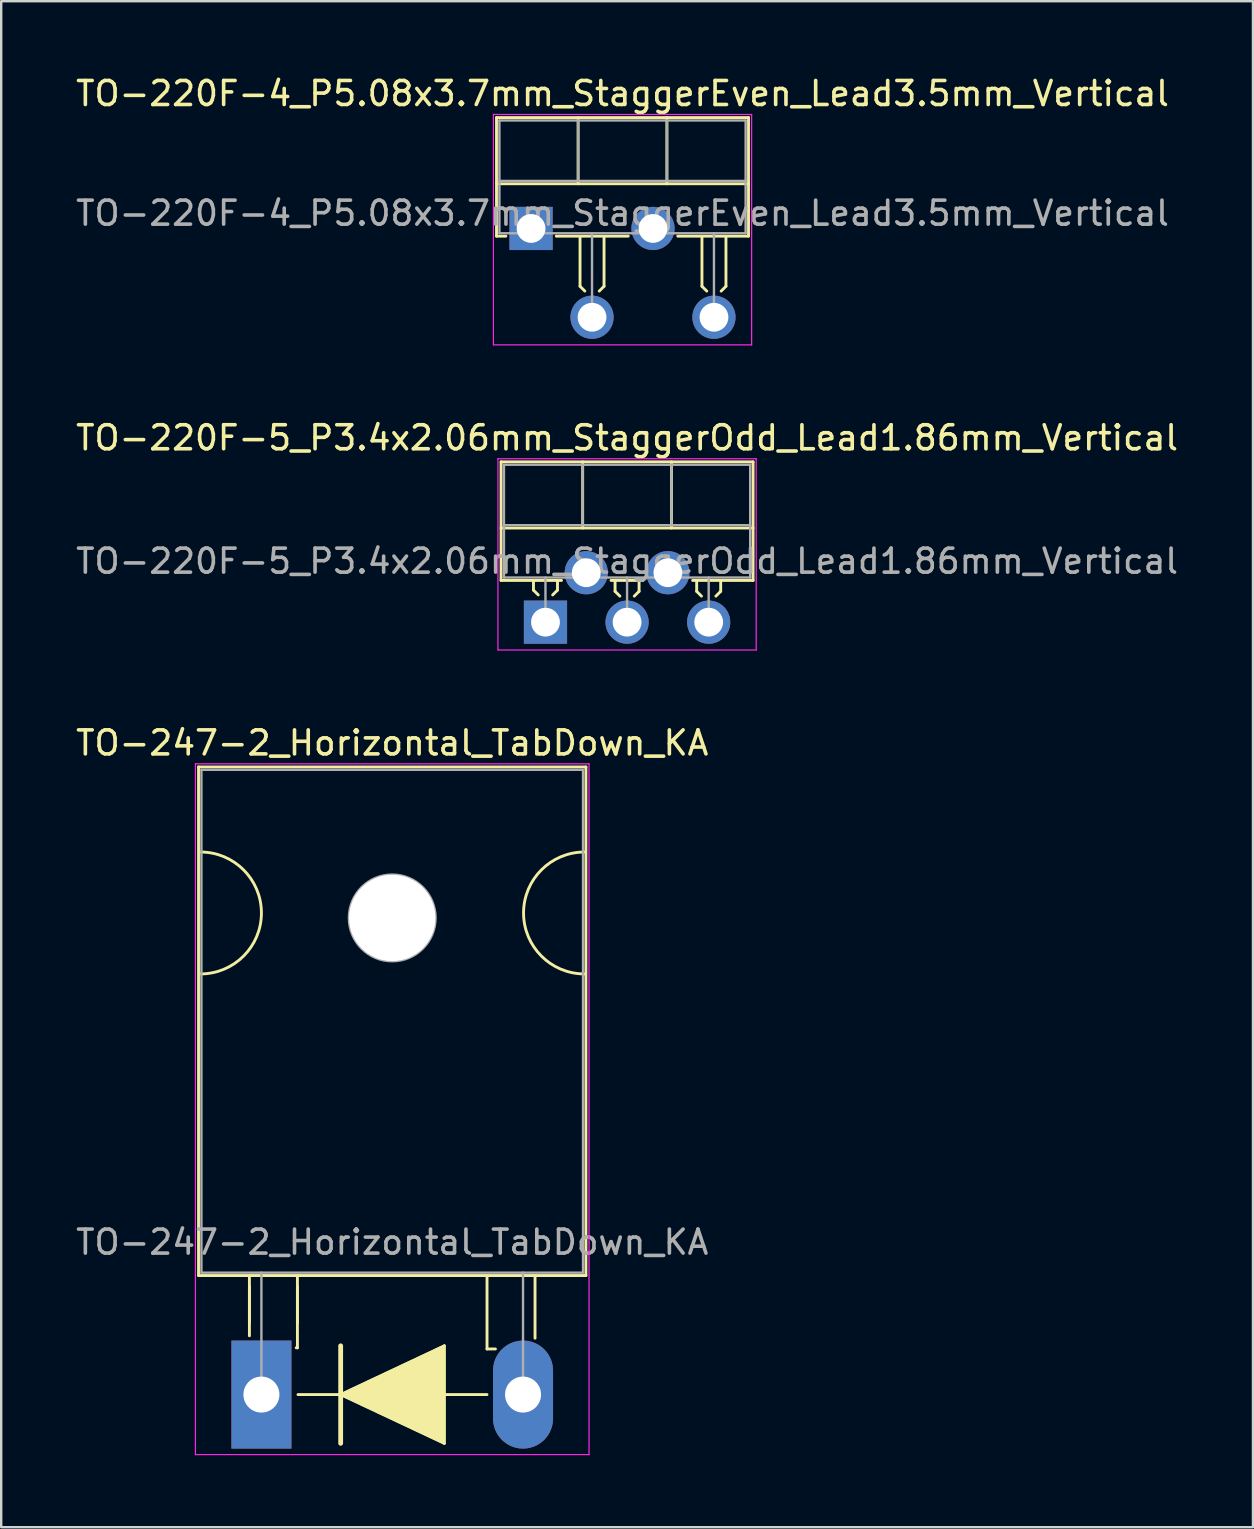
<source format=kicad_pcb>
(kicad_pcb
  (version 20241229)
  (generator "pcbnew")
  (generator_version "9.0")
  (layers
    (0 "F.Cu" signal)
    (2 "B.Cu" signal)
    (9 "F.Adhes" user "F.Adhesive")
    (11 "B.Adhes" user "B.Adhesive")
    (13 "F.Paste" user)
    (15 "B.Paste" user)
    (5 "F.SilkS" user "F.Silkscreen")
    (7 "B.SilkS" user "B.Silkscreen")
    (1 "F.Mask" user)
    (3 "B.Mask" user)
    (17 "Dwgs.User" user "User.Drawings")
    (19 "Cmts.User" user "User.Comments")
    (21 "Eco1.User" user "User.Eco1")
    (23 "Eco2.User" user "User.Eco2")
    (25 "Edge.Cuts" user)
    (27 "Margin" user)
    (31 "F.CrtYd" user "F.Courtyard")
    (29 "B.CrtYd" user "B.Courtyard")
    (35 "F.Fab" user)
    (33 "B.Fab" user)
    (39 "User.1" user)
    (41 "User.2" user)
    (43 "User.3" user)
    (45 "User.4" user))
  (footprint "TO-220F-4_P5.08x3.7mm_StaggerEven_Lead3.5mm_Vertical"
    (layer "F.Cu")
    (at 19.077 6.468)
    (property "Reference" "TO-220F-4_P5.08x3.7mm_StaggerEven_Lead3.5mm_Vertical" (at 3.81 -5.62 0) (layer "F.SilkS") (effects (font (size 1 1) (thickness 0.15))))
    (attr through_hole)
    (fp_line (start -1.44 -4.62) (end -1.44 0.321) (stroke (width 0.12) (type solid)) (layer "F.SilkS"))
    (fp_line (start -1.44 -4.62) (end 9.06 -4.62) (stroke (width 0.12) (type solid)) (layer "F.SilkS"))
    (fp_line (start -1.44 -1.861) (end 9.06 -1.861) (stroke (width 0.12) (type solid)) (layer "F.SilkS"))
    (fp_line (start -1.44 0.321) (end -1.05 0.321) (stroke (width 0.12) (type solid)) (layer "F.SilkS"))
    (fp_line (start 1.05 0.321) (end 4.049 0.321) (stroke (width 0.12) (type solid)) (layer "F.SilkS"))
    (fp_line (start 1.96 -4.62) (end 1.96 -1.861) (stroke (width 0.12) (type solid)) (layer "F.SilkS"))
    (fp_line (start 2.04 0.381) (end 2.04 2.41) (stroke (width 0.12) (type solid)) (layer "F.SilkS"))
    (fp_line (start 2.04 2.41) (end 2.24 2.61) (stroke (width 0.12) (type solid)) (layer "F.SilkS"))
    (fp_line (start 3.04 0.381) (end 3.04 2.41) (stroke (width 0.12) (type solid)) (layer "F.SilkS"))
    (fp_line (start 3.04 2.41) (end 2.84 2.61) (stroke (width 0.12) (type solid)) (layer "F.SilkS"))
    (fp_line (start 5.66 -4.62) (end 5.66 -1.861) (stroke (width 0.12) (type solid)) (layer "F.SilkS"))
    (fp_line (start 6.112 0.321) (end 9.06 0.321) (stroke (width 0.12) (type solid)) (layer "F.SilkS"))
    (fp_line (start 7.12 0.381) (end 7.12 2.41) (stroke (width 0.12) (type solid)) (layer "F.SilkS"))
    (fp_line (start 7.12 2.41) (end 7.32 2.61) (stroke (width 0.12) (type solid)) (layer "F.SilkS"))
    (fp_line (start 8.12 0.381) (end 8.12 2.41) (stroke (width 0.12) (type solid)) (layer "F.SilkS"))
    (fp_line (start 8.12 2.41) (end 7.92 2.61) (stroke (width 0.12) (type solid)) (layer "F.SilkS"))
    (fp_line (start 9.06 -4.62) (end 9.06 0.321) (stroke (width 0.12) (type solid)) (layer "F.SilkS"))
    (fp_line (start -1.57 -4.75) (end -1.57 4.85) (stroke (width 0.05) (type solid)) (layer "F.CrtYd"))
    (fp_line (start -1.57 4.85) (end 9.19 4.85) (stroke (width 0.05) (type solid)) (layer "F.CrtYd"))
    (fp_line (start 9.19 -4.75) (end -1.57 -4.75) (stroke (width 0.05) (type solid)) (layer "F.CrtYd"))
    (fp_line (start 9.19 4.85) (end 9.19 -4.75) (stroke (width 0.05) (type solid)) (layer "F.CrtYd"))
    (fp_line (start -1.32 -4.5) (end -1.32 0.2) (stroke (width 0.1) (type solid)) (layer "F.Fab"))
    (fp_line (start -1.32 -1.98) (end 8.94 -1.98) (stroke (width 0.1) (type solid)) (layer "F.Fab"))
    (fp_line (start -1.32 0.2) (end 8.94 0.2) (stroke (width 0.1) (type solid)) (layer "F.Fab"))
    (fp_line (start 1.96 -4.5) (end 1.96 -1.98) (stroke (width 0.1) (type solid)) (layer "F.Fab"))
    (fp_line (start 2.54 0.2) (end 2.54 3.7) (stroke (width 0.1) (type solid)) (layer "F.Fab"))
    (fp_line (start 5.66 -4.5) (end 5.66 -1.98) (stroke (width 0.1) (type solid)) (layer "F.Fab"))
    (fp_line (start 7.62 0.2) (end 7.62 3.7) (stroke (width 0.1) (type solid)) (layer "F.Fab"))
    (fp_line (start 8.94 -4.5) (end -1.32 -4.5) (stroke (width 0.1) (type solid)) (layer "F.Fab"))
    (fp_line (start 8.94 0.2) (end 8.94 -4.5) (stroke (width 0.1) (type solid)) (layer "F.Fab"))
    (fp_text user "${REFERENCE}" (at 3.81 -0.635 0) (layer "F.Fab") (effects (font (size 1 1) (thickness 0.15))))
    (pad "1" thru_hole rect (at 0 0) (size 1.8 1.8) (drill 1.2) (layers "*.Cu" "*.Mask"))
    (pad "2" thru_hole oval (at 2.54 3.7) (size 1.8 1.8) (drill 1.2) (layers "*.Cu" "*.Mask"))
    (pad "3" thru_hole oval (at 5.08 0) (size 1.8 1.8) (drill 1.2) (layers "*.Cu" "*.Mask"))
    (pad "4" thru_hole oval (at 7.62 3.7) (size 1.8 1.8) (drill 1.2) (layers "*.Cu" "*.Mask")))
  (footprint "TO-220F-5_P3.4x2.06mm_StaggerOdd_Lead1.86mm_Vertical"
    (layer "F.Cu")
    (at 19.677 22.872)
    (property "Reference" "TO-220F-5_P3.4x2.06mm_StaggerOdd_Lead1.86mm_Vertical" (at 3.4 -7.68 0) (layer "F.SilkS") (effects (font (size 1 1) (thickness 0.15))))
    (attr through_hole)
    (fp_line (start -1.85 -6.68) (end -1.85 -1.739) (stroke (width 0.12) (type solid)) (layer "F.SilkS"))
    (fp_line (start -1.85 -6.68) (end 8.65 -6.68) (stroke (width 0.12) (type solid)) (layer "F.SilkS"))
    (fp_line (start -1.85 -3.921) (end 8.65 -3.921) (stroke (width 0.12) (type solid)) (layer "F.SilkS"))
    (fp_line (start -1.85 -1.739) (end 0.669 -1.739) (stroke (width 0.12) (type solid)) (layer "F.SilkS"))
    (fp_line (start -0.5 -1.7) (end -0.5 -1.334) (stroke (width 0.12) (type solid)) (layer "F.SilkS"))
    (fp_line (start -0.5 -1.334) (end -0.3 -1.134) (stroke (width 0.12) (type solid)) (layer "F.SilkS"))
    (fp_line (start 0.5 -1.7) (end 0.5 -1.334) (stroke (width 0.12) (type solid)) (layer "F.SilkS"))
    (fp_line (start 0.5 -1.334) (end 0.3 -1.134) (stroke (width 0.12) (type solid)) (layer "F.SilkS"))
    (fp_line (start 1.55 -6.68) (end 1.55 -3.921) (stroke (width 0.12) (type solid)) (layer "F.SilkS"))
    (fp_line (start 2.732 -1.739) (end 4.069 -1.739) (stroke (width 0.12) (type solid)) (layer "F.SilkS"))
    (fp_line (start 2.9 -1.7) (end 2.9 -1.284) (stroke (width 0.12) (type solid)) (layer "F.SilkS"))
    (fp_line (start 2.9 -1.284) (end 3.1 -1.084) (stroke (width 0.12) (type solid)) (layer "F.SilkS"))
    (fp_line (start 3.9 -1.7) (end 3.9 -1.284) (stroke (width 0.12) (type solid)) (layer "F.SilkS"))
    (fp_line (start 3.9 -1.284) (end 3.7 -1.084) (stroke (width 0.12) (type solid)) (layer "F.SilkS"))
    (fp_line (start 5.25 -6.68) (end 5.25 -3.921) (stroke (width 0.12) (type solid)) (layer "F.SilkS"))
    (fp_line (start 6.132 -1.739) (end 8.65 -1.739) (stroke (width 0.12) (type solid)) (layer "F.SilkS"))
    (fp_line (start 6.3 -1.7) (end 6.3 -1.284) (stroke (width 0.12) (type solid)) (layer "F.SilkS"))
    (fp_line (start 6.3 -1.284) (end 6.5 -1.084) (stroke (width 0.12) (type solid)) (layer "F.SilkS"))
    (fp_line (start 7.3 -1.7) (end 7.3 -1.284) (stroke (width 0.12) (type solid)) (layer "F.SilkS"))
    (fp_line (start 7.3 -1.284) (end 7.1 -1.084) (stroke (width 0.12) (type solid)) (layer "F.SilkS"))
    (fp_line (start 8.65 -6.68) (end 8.65 -1.739) (stroke (width 0.12) (type solid)) (layer "F.SilkS"))
    (fp_line (start -1.98 -6.81) (end -1.98 1.16) (stroke (width 0.05) (type solid)) (layer "F.CrtYd"))
    (fp_line (start -1.98 1.16) (end 8.78 1.16) (stroke (width 0.05) (type solid)) (layer "F.CrtYd"))
    (fp_line (start 8.78 -6.81) (end -1.98 -6.81) (stroke (width 0.05) (type solid)) (layer "F.CrtYd"))
    (fp_line (start 8.78 1.16) (end 8.78 -6.81) (stroke (width 0.05) (type solid)) (layer "F.CrtYd"))
    (fp_line (start -1.73 -6.56) (end -1.73 -1.86) (stroke (width 0.1) (type solid)) (layer "F.Fab"))
    (fp_line (start -1.73 -4.04) (end 8.53 -4.04) (stroke (width 0.1) (type solid)) (layer "F.Fab"))
    (fp_line (start -1.73 -1.86) (end 8.53 -1.86) (stroke (width 0.1) (type solid)) (layer "F.Fab"))
    (fp_line (start 0 -1.86) (end 0 0) (stroke (width 0.1) (type solid)) (layer "F.Fab"))
    (fp_line (start 1.55 -6.56) (end 1.55 -4.04) (stroke (width 0.1) (type solid)) (layer "F.Fab"))
    (fp_line (start 3.4 -1.86) (end 3.4 0) (stroke (width 0.1) (type solid)) (layer "F.Fab"))
    (fp_line (start 5.25 -6.56) (end 5.25 -4.04) (stroke (width 0.1) (type solid)) (layer "F.Fab"))
    (fp_line (start 6.8 -1.86) (end 6.8 0) (stroke (width 0.1) (type solid)) (layer "F.Fab"))
    (fp_line (start 8.53 -6.56) (end -1.73 -6.56) (stroke (width 0.1) (type solid)) (layer "F.Fab"))
    (fp_line (start 8.53 -1.86) (end 8.53 -6.56) (stroke (width 0.1) (type solid)) (layer "F.Fab"))
    (fp_text user "${REFERENCE}" (at 3.4 -2.54 0) (layer "F.Fab") (effects (font (size 1 1) (thickness 0.15))))
    (pad "1" thru_hole rect (at 0 0) (size 1.8 1.8) (drill 1.2) (layers "*.Cu" "*.Mask"))
    (pad "2" thru_hole oval (at 1.7 -2.06) (size 1.8 1.8) (drill 1.2) (layers "*.Cu" "*.Mask"))
    (pad "3" thru_hole oval (at 3.4 0) (size 1.8 1.8) (drill 1.2) (layers "*.Cu" "*.Mask"))
    (pad "4" thru_hole oval (at 5.1 -2.06) (size 1.8 1.8) (drill 1.2) (layers "*.Cu" "*.Mask"))
    (pad "5" thru_hole oval (at 6.8 0) (size 1.8 1.8) (drill 1.2) (layers "*.Cu" "*.Mask")))
  (footprint "TO-247-2_Horizontal_TabDown_KA"
    (layer "F.Cu")
    (at 7.842 55.055)
    (property "Reference" "TO-247-2_Horizontal_TabDown_KA" (at 5.45 -27.15 0) (layer "F.SilkS") (effects (font (size 1 1) (thickness 0.15))))
    (fp_line (start -2.62 -26.15) (end -2.62 -4.96) (stroke (width 0.12) (type solid)) (layer "F.SilkS"))
    (fp_line (start -2.62 -26.15) (end 13.52 -26.15) (stroke (width 0.12) (type solid)) (layer "F.SilkS"))
    (fp_line (start -2.62 -4.96) (end 13.52 -4.96) (stroke (width 0.12) (type solid)) (layer "F.SilkS"))
    (fp_line (start -0.5 -4.95) (end -0.5 -2.45) (stroke (width 0.12) (type solid)) (layer "F.SilkS"))
    (fp_line (start -0.5 -4.5) (end -0.5 -3) (stroke (width 0.12) (type solid)) (layer "F.SilkS"))
    (fp_line (start 1.5 -4.95) (end 1.5 -1.95) (stroke (width 0.12) (type solid)) (layer "F.SilkS"))
    (fp_line (start 1.5 -4.5) (end 1.5 -3) (stroke (width 0.12) (type solid)) (layer "F.SilkS"))
    (fp_line (start 1.5 -1.95) (end 1.45 -1.95) (stroke (width 0.12) (type solid)) (layer "F.SilkS"))
    (fp_line (start 1.524 0) (end 3.302 0) (stroke (width 0.12) (type solid)) (layer "F.SilkS"))
    (fp_line (start 3.302 0) (end 3.302 -2.032) (stroke (width 0.2) (type solid)) (layer "F.SilkS"))
    (fp_line (start 3.302 0) (end 7.62 -2.032) (stroke (width 0.12) (type solid)) (layer "F.SilkS"))
    (fp_line (start 3.302 2.032) (end 3.302 0) (stroke (width 0.2) (type solid)) (layer "F.SilkS"))
    (fp_line (start 7.62 -2.032) (end 7.62 2.032) (stroke (width 0.12) (type solid)) (layer "F.SilkS"))
    (fp_line (start 7.62 0) (end 9.398 0) (stroke (width 0.12) (type solid)) (layer "F.SilkS"))
    (fp_line (start 7.62 2.032) (end 3.302 0) (stroke (width 0.12) (type solid)) (layer "F.SilkS"))
    (fp_line (start 9.4 -4.9) (end 9.4 -1.9) (stroke (width 0.12) (type solid)) (layer "F.SilkS"))
    (fp_line (start 9.4 -1.9) (end 9.75 -1.9) (stroke (width 0.12) (type solid)) (layer "F.SilkS"))
    (fp_line (start 11.4 -4.9) (end 11.4 -2.35) (stroke (width 0.12) (type solid)) (layer "F.SilkS"))
    (fp_line (start 13.52 -26.15) (end 13.52 -4.96) (stroke (width 0.12) (type solid)) (layer "F.SilkS"))
    (fp_arc (start -2.54 -22.606) (mid 0 -20.066) (end -2.54 -17.526) (stroke (width 0.12) (type solid)) (layer "F.SilkS"))
    (fp_arc (start 13.462 -17.526) (mid 10.922 -20.066) (end 13.462 -22.606) (stroke (width 0.12) (type solid)) (layer "F.SilkS"))
    (fp_poly (pts (xy 7.62 2.032) (xy 3.302 0) (xy 7.62 -2.032)) (stroke (width 0.1) (type solid)) (fill yes) (layer "F.SilkS"))
    (fp_line (start -2.75 -26.28) (end -2.75 2.5) (stroke (width 0.05) (type solid)) (layer "F.CrtYd"))
    (fp_line (start -2.75 2.5) (end 13.65 2.5) (stroke (width 0.05) (type solid)) (layer "F.CrtYd"))
    (fp_line (start 13.65 -26.28) (end -2.75 -26.28) (stroke (width 0.05) (type solid)) (layer "F.CrtYd"))
    (fp_line (start 13.65 2.5) (end 13.65 -26.28) (stroke (width 0.05) (type solid)) (layer "F.CrtYd"))
    (fp_line (start -2.5 -26.03) (end 13.4 -26.03) (stroke (width 0.1) (type solid)) (layer "F.Fab"))
    (fp_line (start -2.5 -5.08) (end -2.5 -26.03) (stroke (width 0.1) (type solid)) (layer "F.Fab"))
    (fp_line (start 0 -5.08) (end 0 0) (stroke (width 0.1) (type solid)) (layer "F.Fab"))
    (fp_line (start 10.9 -5.08) (end 10.9 0) (stroke (width 0.1) (type solid)) (layer "F.Fab"))
    (fp_line (start 13.4 -26.03) (end 13.4 -5.08) (stroke (width 0.1) (type solid)) (layer "F.Fab"))
    (fp_line (start 13.4 -5.08) (end -2.5 -5.08) (stroke (width 0.1) (type solid)) (layer "F.Fab"))
    (fp_circle (center 5.45 -19.86) (end 7.255 -19.86) (stroke (width 0.1) (type solid)) (fill no) (layer "F.Fab"))
    (fp_text user "${REFERENCE}" (at 5.45 -6.35 0) (layer "F.Fab") (effects (font (size 1 1) (thickness 0.15))))
    (pad "" np_thru_hole oval (at 5.45 -19.86) (size 3.6 3.6) (drill 3.6) (layers "*.Cu" "*.Mask"))
    (pad "1" thru_hole rect (at 0 0) (size 2.5 4.5) (drill 1.5) (layers "*.Cu" "*.Mask"))
    (pad "2" thru_hole oval (at 10.9 0) (size 2.5 4.5) (drill 1.5) (layers "*.Cu" "*.Mask")))
  (gr_rect
    (start -3 -3)
    (end 49.155 60.58)
    (stroke (width 0.1) (type default))
    (fill no)
    (layer "Edge.Cuts")))
</source>
